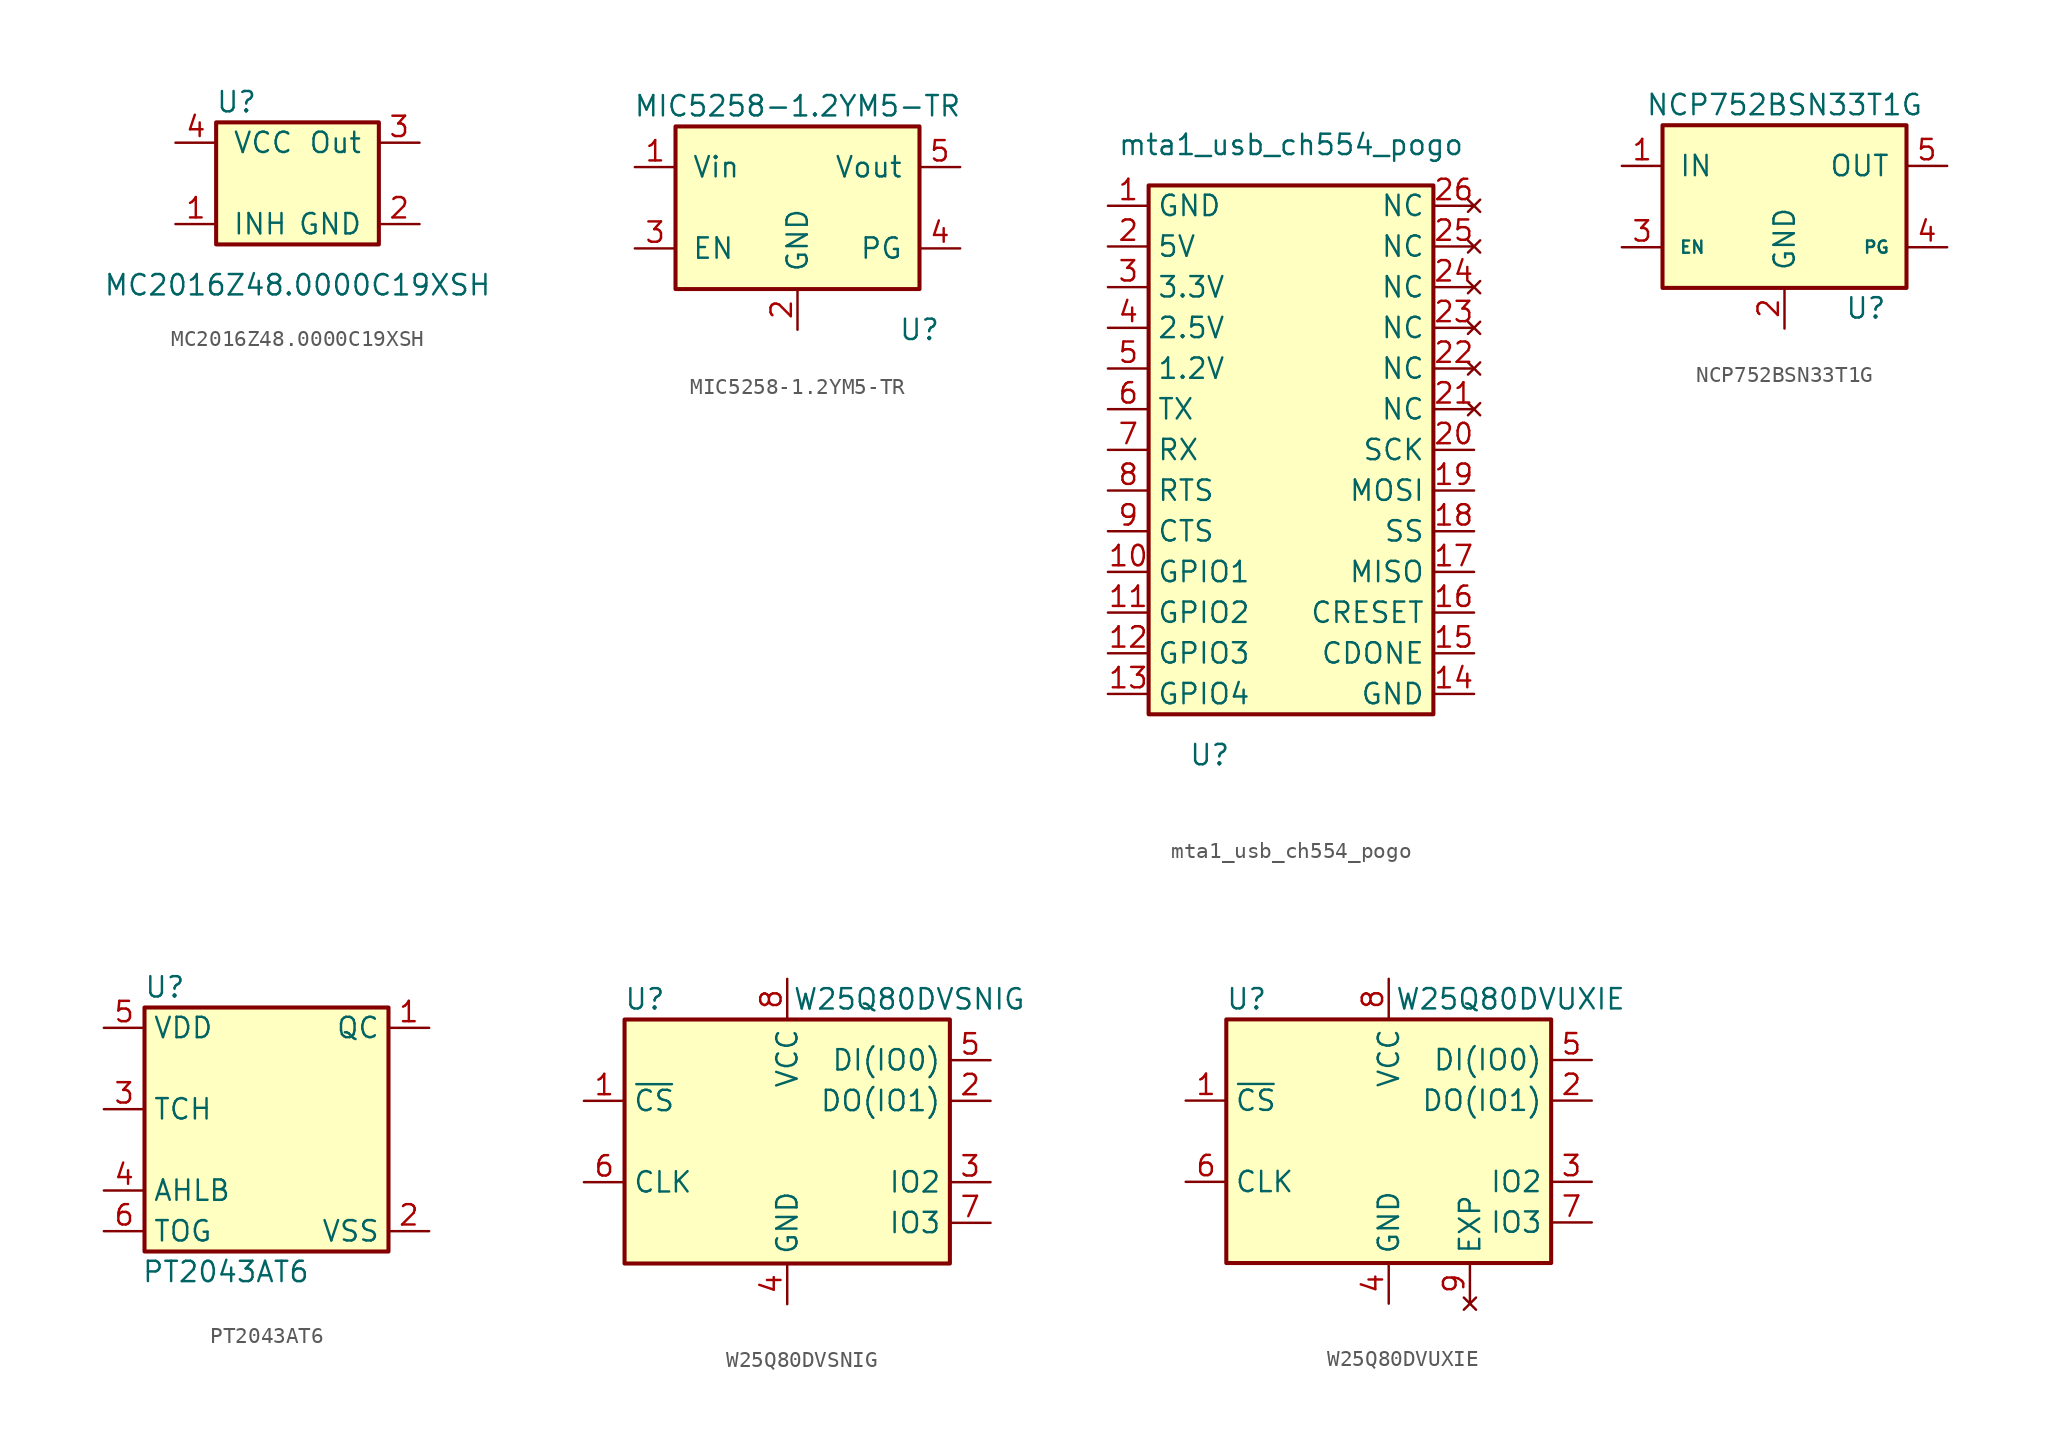
<source format=kicad_sym>
(kicad_symbol_lib
  (version 20211014)
  (generator kicad_symbol_editor)
  (symbol "MC2016Z48.0000C19XSH"
    (pin_names
      (offset 1.016))
    (property "Reference" "U"
      (at -3.81 5.08 0)
      (effects (font (size 1.27 1.27))))
    (property "Value" "MC2016Z48.0000C19XSH"
      (at 0 -6.35 0)
      (effects (font (size 1.27 1.27))))
    (symbol "MC2016Z48.0000C19XSH_0_1"
      (rectangle (start -5.08 3.81) (end 5.08 -3.81) (stroke (width 0.254) (type default) (color 0 0 0 0)) (fill (type background))))
    (symbol "MC2016Z48.0000C19XSH_1_1"
      (pin input line (at -7.62 -2.54 0) (length 2.54) (name "INH" (effects (font (size 1.27 1.27)))) (number "1" (effects (font (size 1.27 1.27)))))
      (pin power_in line (at 7.62 -2.54 180) (length 2.54) (name "GND" (effects (font (size 1.27 1.27)))) (number "2" (effects (font (size 1.27 1.27)))))
      (pin output line (at 7.62 2.54 180) (length 2.54) (name "Out" (effects (font (size 1.27 1.27)))) (number "3" (effects (font (size 1.27 1.27)))))
      (pin power_in line (at -7.62 2.54 0) (length 2.54) (name "VCC" (effects (font (size 1.27 1.27)))) (number "4" (effects (font (size 1.27 1.27)))))))
  (symbol "MIC5258-1.2YM5-TR"
    (pin_names
      (offset 1.016))
    (property "Reference" "U"
      (at 7.62 -6.35 0)
      (effects (font (size 1.27 1.27))))
    (property "Value" "MIC5258-1.2YM5-TR"
      (at 0 7.62 0)
      (effects (font (size 1.27 1.27))))
    (symbol "MIC5258-1.2YM5-TR_1_1"
      (rectangle (start -7.62 6.35) (end 7.62 -3.81) (stroke (width 0.254) (type default) (color 0 0 0 0)) (fill (type background)))
      (pin power_in line (at -10.16 3.81 0) (length 2.54) (name "Vin" (effects (font (size 1.27 1.27)))) (number "1" (effects (font (size 1.27 1.27)))))
      (pin power_in line (at 0 -6.35 90) (length 2.54) (name "GND" (effects (font (size 1.27 1.27)))) (number "2" (effects (font (size 1.27 1.27)))))
      (pin input line (at -10.16 -1.27 0) (length 2.54) (name "EN" (effects (font (size 1.27 1.27)))) (number "3" (effects (font (size 1.27 1.27)))))
      (pin open_collector line (at 10.16 -1.27 180) (length 2.54) (name "PG" (effects (font (size 1.27 1.27)))) (number "4" (effects (font (size 1.27 1.27)))))
      (pin power_out line (at 10.16 3.81 180) (length 2.54) (name "Vout" (effects (font (size 1.27 1.27)))) (number "5" (effects (font (size 1.27 1.27)))))))
  (symbol "mta1_usb_ch554_pogo"
    (property "Reference" "U"
      (at -5.08 -19.05 0)
      (effects (font (size 1.27 1.27))))
    (property "Value" "mta1_usb_ch554_pogo"
      (at 0 19.05 0)
      (effects (font (size 1.27 1.27))))
    (symbol "mta1_usb_ch554_pogo_1_1"
      (rectangle (start -8.89 16.51) (end 8.89 -16.51) (stroke (width 0.254) (type default) (color 0 0 0 0)) (fill (type background)))
      (pin power_in line (at -11.43 15.24 0) (length 2.54) (name "GND" (effects (font (size 1.27 1.27)))) (number "1" (effects (font (size 1.27 1.27)))))
      (pin bidirectional line (at -11.43 -7.62 0) (length 2.54) (name "GPIO1" (effects (font (size 1.27 1.27)))) (number "10" (effects (font (size 1.27 1.27)))))
      (pin bidirectional line (at -11.43 -10.16 0) (length 2.54) (name "GPIO2" (effects (font (size 1.27 1.27)))) (number "11" (effects (font (size 1.27 1.27)))))
      (pin bidirectional line (at -11.43 -12.7 0) (length 2.54) (name "GPIO3" (effects (font (size 1.27 1.27)))) (number "12" (effects (font (size 1.27 1.27)))))
      (pin bidirectional line (at -11.43 -15.24 0) (length 2.54) (name "GPIO4" (effects (font (size 1.27 1.27)))) (number "13" (effects (font (size 1.27 1.27)))))
      (pin bidirectional line (at 11.43 -15.24 180) (length 2.54) (name "GND" (effects (font (size 1.27 1.27)))) (number "14" (effects (font (size 1.27 1.27)))))
      (pin bidirectional line (at 11.43 -12.7 180) (length 2.54) (name "CDONE" (effects (font (size 1.27 1.27)))) (number "15" (effects (font (size 1.27 1.27)))))
      (pin bidirectional line (at 11.43 -10.16 180) (length 2.54) (name "CRESET" (effects (font (size 1.27 1.27)))) (number "16" (effects (font (size 1.27 1.27)))))
      (pin bidirectional line (at 11.43 -7.62 180) (length 2.54) (name "MISO" (effects (font (size 1.27 1.27)))) (number "17" (effects (font (size 1.27 1.27)))))
      (pin bidirectional line (at 11.43 -5.08 180) (length 2.54) (name "SS" (effects (font (size 1.27 1.27)))) (number "18" (effects (font (size 1.27 1.27)))))
      (pin bidirectional line (at 11.43 -2.54 180) (length 2.54) (name "MOSI" (effects (font (size 1.27 1.27)))) (number "19" (effects (font (size 1.27 1.27)))))
      (pin power_in line (at -11.43 12.7 0) (length 2.54) (name "5V" (effects (font (size 1.27 1.27)))) (number "2" (effects (font (size 1.27 1.27)))))
      (pin bidirectional line (at 11.43 0 180) (length 2.54) (name "SCK" (effects (font (size 1.27 1.27)))) (number "20" (effects (font (size 1.27 1.27)))))
      (pin no_connect line (at 11.43 2.54 180) (length 2.54) (name "NC" (effects (font (size 1.27 1.27)))) (number "21" (effects (font (size 1.27 1.27)))))
      (pin no_connect line (at 11.43 5.08 180) (length 2.54) (name "NC" (effects (font (size 1.27 1.27)))) (number "22" (effects (font (size 1.27 1.27)))))
      (pin no_connect line (at 11.43 7.62 180) (length 2.54) (name "NC" (effects (font (size 1.27 1.27)))) (number "23" (effects (font (size 1.27 1.27)))))
      (pin no_connect line (at 11.43 10.16 180) (length 2.54) (name "NC" (effects (font (size 1.27 1.27)))) (number "24" (effects (font (size 1.27 1.27)))))
      (pin no_connect line (at 11.43 12.7 180) (length 2.54) (name "NC" (effects (font (size 1.27 1.27)))) (number "25" (effects (font (size 1.27 1.27)))))
      (pin no_connect line (at 11.43 15.24 180) (length 2.54) (name "NC" (effects (font (size 1.27 1.27)))) (number "26" (effects (font (size 1.27 1.27)))))
      (pin power_out line (at -11.43 10.16 0) (length 2.54) (name "3.3V" (effects (font (size 1.27 1.27)))) (number "3" (effects (font (size 1.27 1.27)))))
      (pin power_out line (at -11.43 7.62 0) (length 2.54) (name "2.5V" (effects (font (size 1.27 1.27)))) (number "4" (effects (font (size 1.27 1.27)))))
      (pin power_out line (at -11.43 5.08 0) (length 2.54) (name "1.2V" (effects (font (size 1.27 1.27)))) (number "5" (effects (font (size 1.27 1.27)))))
      (pin bidirectional line (at -11.43 2.54 0) (length 2.54) (name "TX" (effects (font (size 1.27 1.27)))) (number "6" (effects (font (size 1.27 1.27)))))
      (pin bidirectional line (at -11.43 0 0) (length 2.54) (name "RX" (effects (font (size 1.27 1.27)))) (number "7" (effects (font (size 1.27 1.27)))))
      (pin bidirectional line (at -11.43 -2.54 0) (length 2.54) (name "RTS" (effects (font (size 1.27 1.27)))) (number "8" (effects (font (size 1.27 1.27)))))
      (pin bidirectional line (at -11.43 -5.08 0) (length 2.54) (name "CTS" (effects (font (size 1.27 1.27)))) (number "9" (effects (font (size 1.27 1.27)))))))
  (symbol "NCP752BSN33T1G"
    (pin_names
      (offset 1.016))
    (property "Reference" "U"
      (at 5.08 -6.35 0)
      (effects (font (size 1.27 1.27))))
    (property "Value" "NCP752BSN33T1G"
      (at 0 6.35 0)
      (effects (font (size 1.27 1.27))))
    (symbol "NCP752BSN33T1G_1_1"
      (rectangle (start -7.62 5.08) (end 7.62 -5.08) (stroke (width 0.254) (type default) (color 0 0 0 0)) (fill (type background)))
      (pin power_in line (at -10.16 2.54 0) (length 2.54) (name "IN" (effects (font (size 1.27 1.27)))) (number "1" (effects (font (size 1.27 1.27)))))
      (pin power_in line (at 0 -7.62 90) (length 2.54) (name "GND" (effects (font (size 1.27 1.27)))) (number "2" (effects (font (size 1.27 1.27)))))
      (pin input line (at -10.16 -2.54 0) (length 2.54) (name "EN" (effects (font (size 0.762 0.762)))) (number "3" (effects (font (size 1.27 1.27)))))
      (pin open_collector line (at 10.16 -2.54 180) (length 2.54) (name "PG" (effects (font (size 0.762 0.762)))) (number "4" (effects (font (size 1.27 1.27)))))
      (pin power_out line (at 10.16 2.54 180) (length 2.54) (name "OUT" (effects (font (size 1.27 1.27)))) (number "5" (effects (font (size 1.27 1.27)))))))
  (symbol "PT2043AT6"
    (property "Reference" "U"
      (at -6.35 8.89 0)
      (effects (font (size 1.27 1.27))))
    (property "Value" "PT2043AT6"
      (at -2.54 -8.89 0)
      (effects (font (size 1.27 1.27))))
    (symbol "PT2043AT6_1_1"
      (rectangle (start -7.62 7.62) (end 7.62 -7.62) (stroke (width 0.254) (type default) (color 0 0 0 0)) (fill (type background)))
      (pin output line (at 10.16 6.35 180) (length 2.54) (name "QC" (effects (font (size 1.27 1.27)))) (number "1" (effects (font (size 1.27 1.27)))))
      (pin power_in line (at 10.16 -6.35 180) (length 2.54) (name "VSS" (effects (font (size 1.27 1.27)))) (number "2" (effects (font (size 1.27 1.27)))))
      (pin input line (at -10.16 1.27 0) (length 2.54) (name "TCH" (effects (font (size 1.27 1.27)))) (number "3" (effects (font (size 1.27 1.27)))))
      (pin input line (at -10.16 -3.81 0) (length 2.54) (name "AHLB" (effects (font (size 1.27 1.27)))) (number "4" (effects (font (size 1.27 1.27)))))
      (pin power_in line (at -10.16 6.35 0) (length 2.54) (name "VDD" (effects (font (size 1.27 1.27)))) (number "5" (effects (font (size 1.27 1.27)))))
      (pin input line (at -10.16 -6.35 0) (length 2.54) (name "TOG" (effects (font (size 1.27 1.27)))) (number "6" (effects (font (size 1.27 1.27)))))))
  (symbol "W25Q80DVSNIG"
    (property "Reference" "U"
      (at -8.89 8.89 0)
      (effects (font (size 1.27 1.27))))
    (property "Value" "W25Q80DVSNIG"
      (at 7.62 8.89 0)
      (effects (font (size 1.27 1.27))))
    (symbol "W25Q80DVSNIG_0_1"
      (rectangle (start -10.16 7.62) (end 10.16 -7.62) (stroke (width 0.254) (type default) (color 0 0 0 0)) (fill (type background))))
    (symbol "W25Q80DVSNIG_1_1"
      (pin input line (at -12.7 2.54 0) (length 2.54) (name "~{CS}" (effects (font (size 1.27 1.27)))) (number "1" (effects (font (size 1.27 1.27)))))
      (pin bidirectional line (at 12.7 2.54 180) (length 2.54) (name "DO(IO1)" (effects (font (size 1.27 1.27)))) (number "2" (effects (font (size 1.27 1.27)))))
      (pin bidirectional line (at 12.7 -2.54 180) (length 2.54) (name "IO2" (effects (font (size 1.27 1.27)))) (number "3" (effects (font (size 1.27 1.27)))))
      (pin power_in line (at 0 -10.16 90) (length 2.54) (name "GND" (effects (font (size 1.27 1.27)))) (number "4" (effects (font (size 1.27 1.27)))))
      (pin bidirectional line (at 12.7 5.08 180) (length 2.54) (name "DI(IO0)" (effects (font (size 1.27 1.27)))) (number "5" (effects (font (size 1.27 1.27)))))
      (pin input line (at -12.7 -2.54 0) (length 2.54) (name "CLK" (effects (font (size 1.27 1.27)))) (number "6" (effects (font (size 1.27 1.27)))))
      (pin bidirectional line (at 12.7 -5.08 180) (length 2.54) (name "IO3" (effects (font (size 1.27 1.27)))) (number "7" (effects (font (size 1.27 1.27)))))
      (pin power_in line (at 0 10.16 270) (length 2.54) (name "VCC" (effects (font (size 1.27 1.27)))) (number "8" (effects (font (size 1.27 1.27)))))))
  (symbol "W25Q80DVUXIE"
    (property "Reference" "U"
      (at -8.89 8.89 0)
      (effects (font (size 1.27 1.27))))
    (property "Value" "W25Q80DVUXIE"
      (at 7.62 8.89 0)
      (effects (font (size 1.27 1.27))))
    (symbol "W25Q80DVUXIE_0_1"
      (rectangle (start -10.16 7.62) (end 10.16 -7.62) (stroke (width 0.254) (type default) (color 0 0 0 0)) (fill (type background))))
    (symbol "W25Q80DVUXIE_1_1"
      (pin input line (at -12.7 2.54 0) (length 2.54) (name "~{CS}" (effects (font (size 1.27 1.27)))) (number "1" (effects (font (size 1.27 1.27)))))
      (pin bidirectional line (at 12.7 2.54 180) (length 2.54) (name "DO(IO1)" (effects (font (size 1.27 1.27)))) (number "2" (effects (font (size 1.27 1.27)))))
      (pin bidirectional line (at 12.7 -2.54 180) (length 2.54) (name "IO2" (effects (font (size 1.27 1.27)))) (number "3" (effects (font (size 1.27 1.27)))))
      (pin power_in line (at 0 -10.16 90) (length 2.54) (name "GND" (effects (font (size 1.27 1.27)))) (number "4" (effects (font (size 1.27 1.27)))))
      (pin bidirectional line (at 12.7 5.08 180) (length 2.54) (name "DI(IO0)" (effects (font (size 1.27 1.27)))) (number "5" (effects (font (size 1.27 1.27)))))
      (pin input line (at -12.7 -2.54 0) (length 2.54) (name "CLK" (effects (font (size 1.27 1.27)))) (number "6" (effects (font (size 1.27 1.27)))))
      (pin bidirectional line (at 12.7 -5.08 180) (length 2.54) (name "IO3" (effects (font (size 1.27 1.27)))) (number "7" (effects (font (size 1.27 1.27)))))
      (pin power_in line (at 0 10.16 270) (length 2.54) (name "VCC" (effects (font (size 1.27 1.27)))) (number "8" (effects (font (size 1.27 1.27)))))
      (pin no_connect line (at 5.08 -10.16 90) (length 2.54) (name "EXP" (effects (font (size 1.27 1.27)))) (number "9" (effects (font (size 1.27 1.27))))))))
</source>
